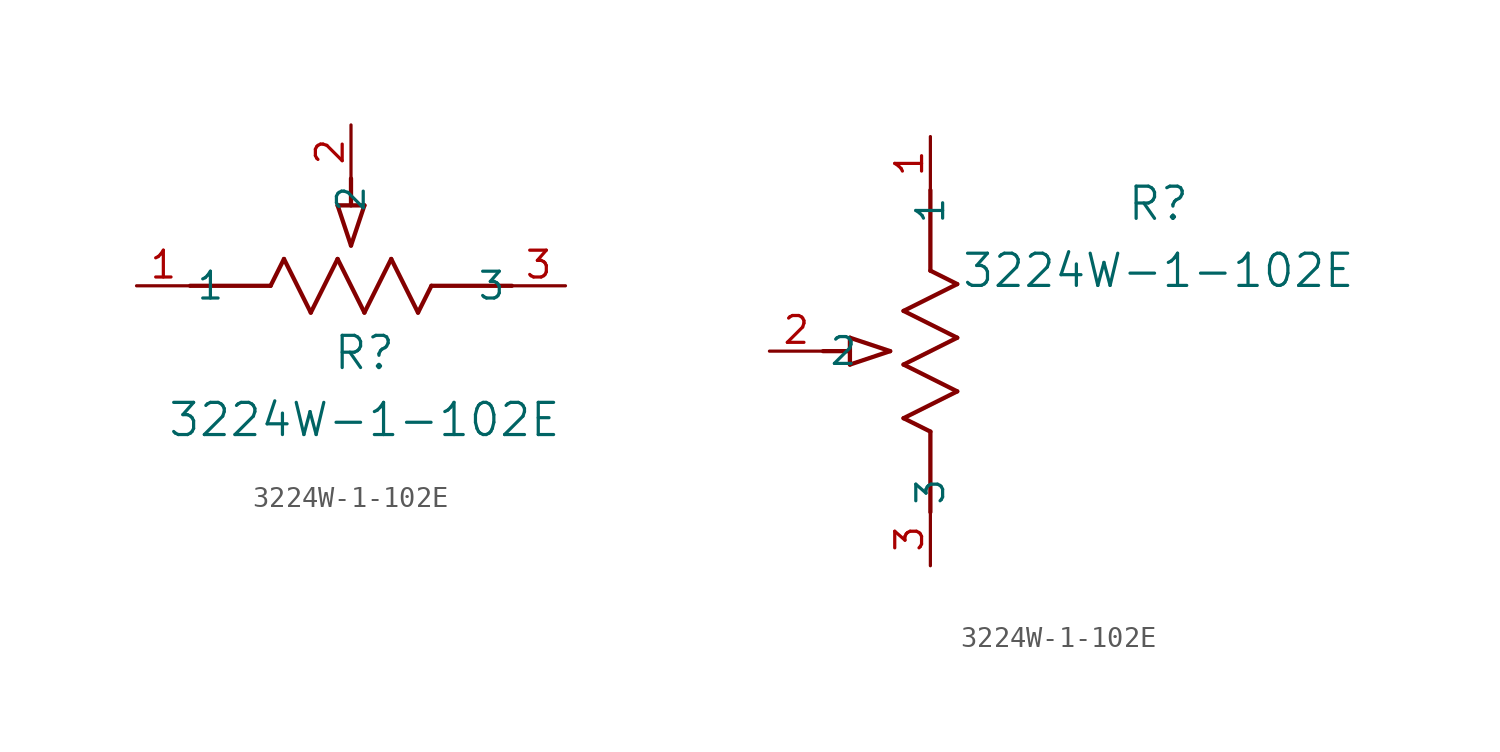
<source format=kicad_sym>
(kicad_symbol_lib
  (version 20211014)
  (generator kicad_symbol_editor)
  (symbol "3224W-1-102E"
    (pin_names
      (offset 0.254))
    (property "Reference" "R"
      (at 10.795 -3.175 0)
      (effects (font (size 1.524 1.524))))
    (property "Value" "3224W-1-102E"
      (at 10.795 -6.35 0)
      (effects (font (size 1.524 1.524))))
    (symbol "3224W-1-102E_1_1"
      (polyline (pts (xy 9.525 3.81) (xy 10.16 1.905)) (stroke (width 0.203) (type default) (color 0 0 0 0)) (fill (type none)))
      (polyline (pts (xy 10.795 3.81) (xy 10.16 1.905)) (stroke (width 0.203) (type default) (color 0 0 0 0)) (fill (type none)))
      (polyline (pts (xy 9.525 3.81) (xy 10.795 3.81)) (stroke (width 0.203) (type default) (color 0 0 0 0)) (fill (type none)))
      (polyline (pts (xy 10.16 3.81) (xy 10.16 5.08)) (stroke (width 0.203) (type default) (color 0 0 0 0)) (fill (type none)))
      (polyline (pts (xy 6.35 0) (xy 6.985 1.27)) (stroke (width 0.203) (type default) (color 0 0 0 0)) (fill (type none)))
      (polyline (pts (xy 9.525 1.27) (xy 10.795 -1.27)) (stroke (width 0.203) (type default) (color 0 0 0 0)) (fill (type none)))
      (polyline (pts (xy 10.795 -1.27) (xy 12.065 1.27)) (stroke (width 0.203) (type default) (color 0 0 0 0)) (fill (type none)))
      (polyline (pts (xy 8.255 -1.27) (xy 9.525 1.27)) (stroke (width 0.203) (type default) (color 0 0 0 0)) (fill (type none)))
      (polyline (pts (xy 6.985 1.27) (xy 8.255 -1.27)) (stroke (width 0.203) (type default) (color 0 0 0 0)) (fill (type none)))
      (polyline (pts (xy 13.335 -1.27) (xy 13.97 0)) (stroke (width 0.203) (type default) (color 0 0 0 0)) (fill (type none)))
      (polyline (pts (xy 13.97 0) (xy 17.78 0)) (stroke (width 0.203) (type default) (color 0 0 0 0)) (fill (type none)))
      (polyline (pts (xy 2.54 0) (xy 6.35 0)) (stroke (width 0.203) (type default) (color 0 0 0 0)) (fill (type none)))
      (polyline (pts (xy 12.065 1.27) (xy 13.335 -1.27)) (stroke (width 0.203) (type default) (color 0 0 0 0)) (fill (type none)))
      (pin unspecified line (at 20.32 0 180) (length 2.54) (name "3" (effects (font (size 1.27 1.27)))) (number "3" (effects (font (size 1.27 1.27)))))
      (pin unspecified line (at 10.16 7.62 270) (length 2.54) (name "2" (effects (font (size 1.27 1.27)))) (number "2" (effects (font (size 1.27 1.27)))))
      (pin unspecified line (at 0 0 0) (length 2.54) (name "1" (effects (font (size 1.27 1.27)))) (number "1" (effects (font (size 1.27 1.27))))))
    (symbol "3224W-1-102E_1_2"
      (polyline (pts (xy 0 -13.97) (xy -1.27 -13.335)) (stroke (width 0.203) (type default) (color 0 0 0 0)) (fill (type none)))
      (polyline (pts (xy 0 -17.78) (xy 0 -13.97)) (stroke (width 0.203) (type default) (color 0 0 0 0)) (fill (type none)))
      (polyline (pts (xy -3.81 -10.795) (xy -1.905 -10.16)) (stroke (width 0.203) (type default) (color 0 0 0 0)) (fill (type none)))
      (polyline (pts (xy -3.81 -9.525) (xy -1.905 -10.16)) (stroke (width 0.203) (type default) (color 0 0 0 0)) (fill (type none)))
      (polyline (pts (xy -3.81 -10.795) (xy -3.81 -9.525)) (stroke (width 0.203) (type default) (color 0 0 0 0)) (fill (type none)))
      (polyline (pts (xy 1.27 -12.065) (xy -1.27 -10.795)) (stroke (width 0.203) (type default) (color 0 0 0 0)) (fill (type none)))
      (polyline (pts (xy -1.27 -10.795) (xy 1.27 -9.525)) (stroke (width 0.203) (type default) (color 0 0 0 0)) (fill (type none)))
      (polyline (pts (xy 1.27 -9.525) (xy -1.27 -8.255)) (stroke (width 0.203) (type default) (color 0 0 0 0)) (fill (type none)))
      (polyline (pts (xy -1.27 -8.255) (xy 1.27 -6.985)) (stroke (width 0.203) (type default) (color 0 0 0 0)) (fill (type none)))
      (polyline (pts (xy 1.27 -6.985) (xy 0 -6.35)) (stroke (width 0.203) (type default) (color 0 0 0 0)) (fill (type none)))
      (polyline (pts (xy -1.27 -13.335) (xy 1.27 -12.065)) (stroke (width 0.203) (type default) (color 0 0 0 0)) (fill (type none)))
      (polyline (pts (xy 0 -6.35) (xy 0 -2.54)) (stroke (width 0.203) (type default) (color 0 0 0 0)) (fill (type none)))
      (polyline (pts (xy -3.81 -10.16) (xy -5.08 -10.16)) (stroke (width 0.203) (type default) (color 0 0 0 0)) (fill (type none)))
      (pin unspecified line (at 0 -20.32 90) (length 2.54) (name "3" (effects (font (size 1.27 1.27)))) (number "3" (effects (font (size 1.27 1.27)))))
      (pin unspecified line (at -7.62 -10.16 0) (length 2.54) (name "2" (effects (font (size 1.27 1.27)))) (number "2" (effects (font (size 1.27 1.27)))))
      (pin unspecified line (at 0 0 270) (length 2.54) (name "1" (effects (font (size 1.27 1.27)))) (number "1" (effects (font (size 1.27 1.27))))))))
</source>
